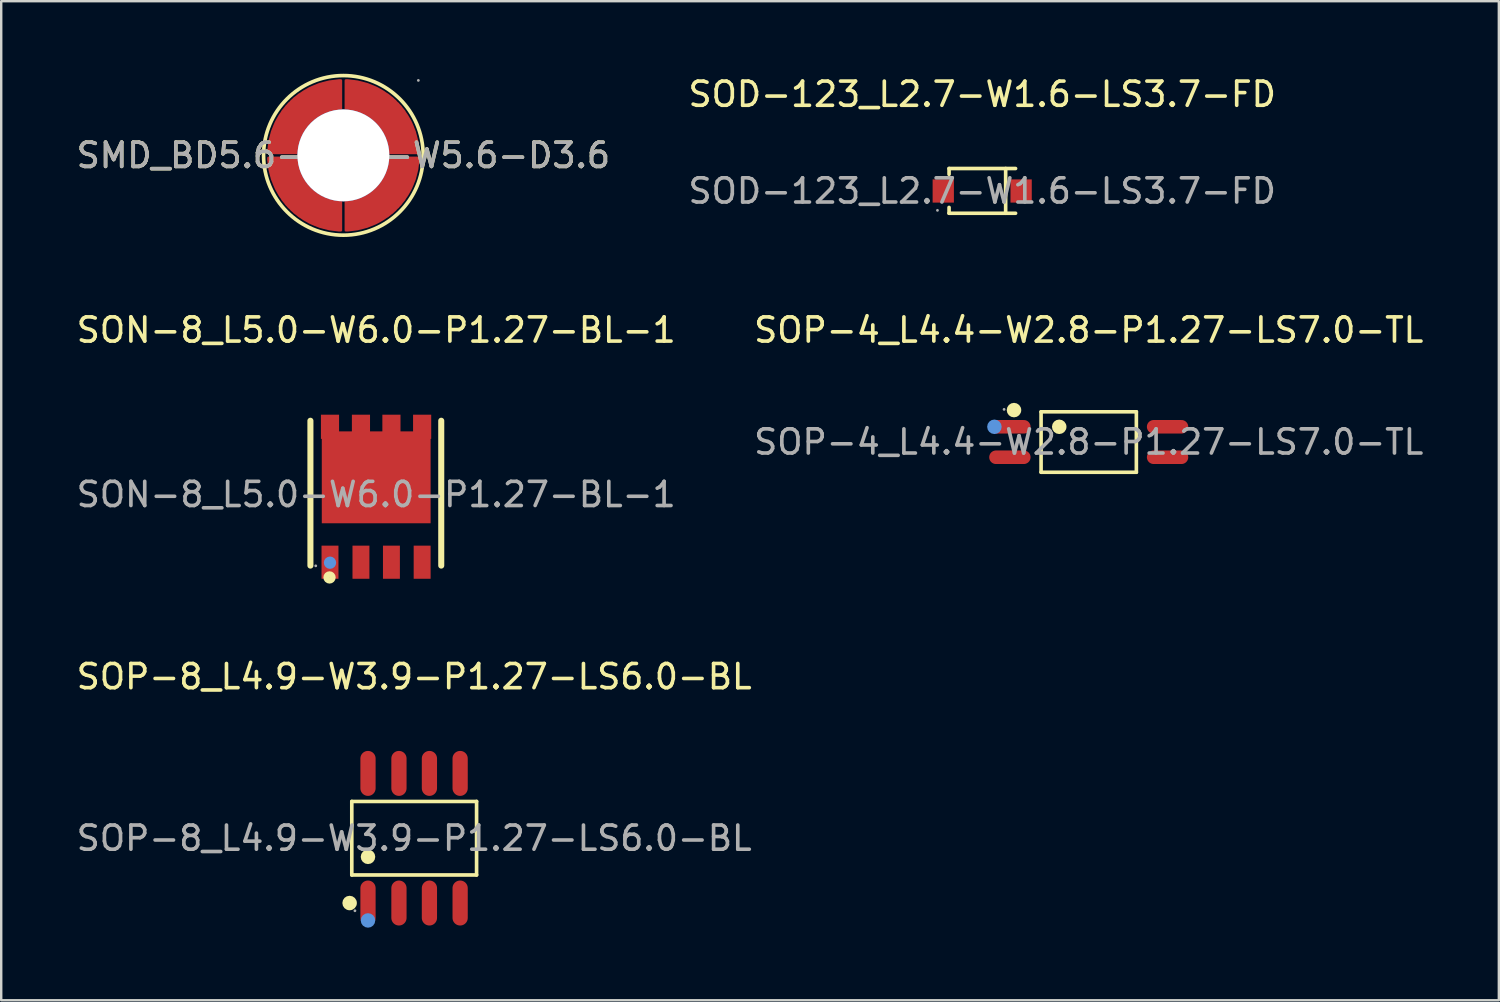
<source format=kicad_pcb>
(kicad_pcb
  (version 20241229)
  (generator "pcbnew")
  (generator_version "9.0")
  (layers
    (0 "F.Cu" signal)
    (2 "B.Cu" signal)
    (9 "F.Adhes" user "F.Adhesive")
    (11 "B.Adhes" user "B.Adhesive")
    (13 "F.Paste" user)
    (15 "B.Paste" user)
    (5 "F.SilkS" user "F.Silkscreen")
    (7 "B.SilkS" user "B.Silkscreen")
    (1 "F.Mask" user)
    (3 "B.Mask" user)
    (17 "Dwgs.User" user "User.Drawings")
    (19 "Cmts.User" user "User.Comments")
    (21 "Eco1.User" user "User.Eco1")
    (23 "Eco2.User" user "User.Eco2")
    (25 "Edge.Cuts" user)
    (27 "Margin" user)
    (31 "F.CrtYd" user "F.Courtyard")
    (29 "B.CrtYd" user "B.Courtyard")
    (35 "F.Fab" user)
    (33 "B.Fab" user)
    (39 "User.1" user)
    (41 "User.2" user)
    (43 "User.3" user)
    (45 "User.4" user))
  (footprint "SOD-123_L2.7-W1.6-LS3.7-FD"
    (layer "F.Cu")
    (at 37.565 4.848)
    (property "Reference" "SOD-123_L2.7-W1.6-LS3.7-FD" (at 0 -4 0) (layer "F.SilkS") (effects (font (size 1 1) (thickness 0.15))))
    (attr smd)
    (fp_line (start -1.37 -0.93) (end -1.37 -0.69) (stroke (width 0.15) (type solid)) (layer "F.SilkS"))
    (fp_line (start -1.37 0.92) (end -1.37 0.68) (stroke (width 0.15) (type solid)) (layer "F.SilkS"))
    (fp_line (start 0.97 0.92) (end 0.97 -0.93) (stroke (width 0.15) (type solid)) (layer "F.SilkS"))
    (fp_line (start 1.38 -0.93) (end -1.37 -0.93) (stroke (width 0.15) (type solid)) (layer "F.SilkS"))
    (fp_line (start 1.38 0.92) (end -1.37 0.92) (stroke (width 0.15) (type solid)) (layer "F.SilkS"))
    (fp_circle (center -1.85 0.8) (end -1.82 0.8) (stroke (width 0.06) (type solid)) (fill no) (layer "F.Fab"))
    (fp_text user "${REFERENCE}" (at 0 0 0) (layer "F.Fab") (effects (font (size 1 1) (thickness 0.15))))
    (pad "1" smd rect (at -1.61 0 180) (size 0.88 0.96) (layers "F.Cu" "F.Mask" "F.Paste"))
    (pad "2" smd rect (at 1.61 0 180) (size 0.88 0.96) (layers "F.Cu" "F.Mask" "F.Paste")))
  (footprint "SMD_BD5.6-L5.6-W5.6-D3.6"
    (layer "F.Cu")
    (at 11.149 3.375)
    (property "Reference" "SMD_BD5.6-L5.6-W5.6-D3.6" (at 0 0 0) (layer "F.SilkS") (effects (font (size 1 1) (thickness 0.15))))
    (attr smd)
    (fp_circle (center 0 0) (end 3.3 0) (stroke (width 0.15) (type solid)) (fill no) (layer "F.SilkS"))
    (fp_circle (center 0 0) (end 0.9 0) (stroke (width 1.8) (type solid)) (fill no) (layer "Cmts.User"))
    (fp_circle (center 3.1 -3.1) (end 3.13 -3.1) (stroke (width 0.06) (type solid)) (fill no) (layer "F.Fab"))
    (fp_text user "${REFERENCE}" (at 0 0 0) (layer "F.Fab") (effects (font (size 1 1) (thickness 0.15))))
    (pad "" thru_hole circle (at 0 0) (size 3.8 3.8) (drill 3.8) (layers "*.Cu" "*.Mask"))
    (pad "1" smd custom (at 0 0) (size 1 1) (layers "F.Cu" "F.Mask" "F.Paste") (options (anchor circle)) (primitives (gr_poly (pts (xy 3.1 -0.1) (xy 1.9 -0.1) (xy 1.9 -0.16) (xy 1.89 -0.23) (xy 1.88 -0.29) (xy 1.87 -0.35) (xy 1.86 -0.41) (xy 1.84 -0.48) (xy 1.83 -0.54) (xy 1.81 -0.6) (xy 1.79 -0.66) (xy 1.76 -0.72) (xy 1.74 -0.77) (xy 1.71 -0.83) (xy 1.68 -0.89) (xy 1.65 -0.94) (xy 1.62 -1) (xy 1.59 -1.05) (xy 1.55 -1.1) (xy 1.51 -1.16) (xy 1.47 -1.21) (xy 1.43 -1.25) (xy 1.39 -1.3) (xy 1.35 -1.35) (xy 1.3 -1.39) (xy 1.25 -1.43) (xy 1.21 -1.47) (xy 1.16 -1.51) (xy 1.1 -1.55) (xy 1.05 -1.59) (xy 1 -1.62) (xy 0.94 -1.65) (xy 0.89 -1.68) (xy 0.83 -1.71) (xy 0.77 -1.74) (xy 0.72 -1.76) (xy 0.66 -1.79) (xy 0.6 -1.81) (xy 0.54 -1.83) (xy 0.48 -1.84) (xy 0.41 -1.86) (xy 0.35 -1.87) (xy 0.29 -1.88) (xy 0.23 -1.89) (xy 0.16 -1.9) (xy 0.1 -1.9) (xy 0.1 -3.1) (xy 0.18 -3.1) (xy 0.26 -3.09) (xy 0.34 -3.08) (xy 0.42 -3.07) (xy 0.5 -3.06) (xy 0.58 -3.05) (xy 0.66 -3.03) (xy 0.74 -3.01) (xy 0.82 -2.99) (xy 0.89 -2.97) (xy 0.97 -2.95) (xy 1.05 -2.92) (xy 1.12 -2.89) (xy 1.2 -2.86) (xy 1.27 -2.83) (xy 1.34 -2.8) (xy 1.42 -2.76) (xy 1.49 -2.72) (xy 1.56 -2.68) (xy 1.63 -2.64) (xy 1.69 -2.6) (xy 1.76 -2.55) (xy 1.83 -2.51) (xy 1.89 -2.46) (xy 1.95 -2.41) (xy 2.02 -2.36) (xy 2.08 -2.3) (xy 2.14 -2.25) (xy 2.19 -2.19) (xy 2.25 -2.14) (xy 2.3 -2.08) (xy 2.36 -2.02) (xy 2.41 -1.95) (xy 2.46 -1.89) (xy 2.51 -1.83) (xy 2.55 -1.76) (xy 2.6 -1.69) (xy 2.64 -1.63) (xy 2.68 -1.56) (xy 2.72 -1.49) (xy 2.76 -1.42) (xy 2.8 -1.34) (xy 2.83 -1.27) (xy 2.86 -1.2) (xy 2.89 -1.12) (xy 2.92 -1.05) (xy 2.95 -0.97) (xy 2.97 -0.89) (xy 2.99 -0.82) (xy 3.01 -0.74) (xy 3.03 -0.66) (xy 3.05 -0.58) (xy 3.06 -0.5) (xy 3.07 -0.42) (xy 3.08 -0.34) (xy 3.09 -0.26) (xy 3.1 -0.18) (xy 3.1 -0.1)) (width 0.1) (fill yes))))
    (pad "1" smd custom (at 0 0) (size 1 1) (layers "F.Cu" "F.Mask" "F.Paste") (options (anchor circle)) (primitives (gr_poly (pts (xy 0.1 3.1) (xy 0.1 1.9) (xy 0.16 1.9) (xy 0.23 1.89) (xy 0.29 1.88) (xy 0.35 1.87) (xy 0.41 1.86) (xy 0.48 1.84) (xy 0.54 1.83) (xy 0.6 1.81) (xy 0.66 1.79) (xy 0.72 1.76) (xy 0.77 1.74) (xy 0.83 1.71) (xy 0.89 1.68) (xy 0.94 1.65) (xy 1 1.62) (xy 1.05 1.59) (xy 1.1 1.55) (xy 1.16 1.51) (xy 1.21 1.47) (xy 1.25 1.43) (xy 1.3 1.39) (xy 1.35 1.35) (xy 1.39 1.3) (xy 1.43 1.25) (xy 1.47 1.21) (xy 1.51 1.16) (xy 1.55 1.1) (xy 1.59 1.05) (xy 1.62 1) (xy 1.65 0.94) (xy 1.68 0.89) (xy 1.71 0.83) (xy 1.74 0.77) (xy 1.76 0.72) (xy 1.79 0.66) (xy 1.81 0.6) (xy 1.83 0.54) (xy 1.84 0.48) (xy 1.86 0.41) (xy 1.87 0.35) (xy 1.88 0.29) (xy 1.89 0.23) (xy 1.9 0.16) (xy 1.9 0.1) (xy 3.1 0.1) (xy 3.1 0.18) (xy 3.09 0.26) (xy 3.08 0.34) (xy 3.07 0.42) (xy 3.06 0.5) (xy 3.05 0.58) (xy 3.03 0.66) (xy 3.01 0.74) (xy 2.99 0.82) (xy 2.97 0.89) (xy 2.95 0.97) (xy 2.92 1.05) (xy 2.89 1.12) (xy 2.86 1.2) (xy 2.83 1.27) (xy 2.8 1.34) (xy 2.76 1.42) (xy 2.72 1.49) (xy 2.68 1.56) (xy 2.64 1.63) (xy 2.6 1.69) (xy 2.55 1.76) (xy 2.51 1.83) (xy 2.46 1.89) (xy 2.41 1.95) (xy 2.36 2.02) (xy 2.3 2.08) (xy 2.25 2.14) (xy 2.19 2.19) (xy 2.14 2.25) (xy 2.08 2.3) (xy 2.02 2.36) (xy 1.95 2.41) (xy 1.89 2.46) (xy 1.83 2.51) (xy 1.76 2.55) (xy 1.69 2.6) (xy 1.63 2.64) (xy 1.56 2.68) (xy 1.49 2.72) (xy 1.42 2.76) (xy 1.34 2.8) (xy 1.27 2.83) (xy 1.2 2.86) (xy 1.12 2.89) (xy 1.05 2.92) (xy 0.97 2.95) (xy 0.89 2.97) (xy 0.82 2.99) (xy 0.74 3.01) (xy 0.66 3.03) (xy 0.58 3.05) (xy 0.5 3.06) (xy 0.42 3.07) (xy 0.34 3.08) (xy 0.26 3.09) (xy 0.18 3.1) (xy 0.1 3.1)) (width 0.1) (fill yes))))
    (pad "1" smd custom (at 0 0 270) (size 1 1) (layers "F.Cu" "F.Mask" "F.Paste") (options (anchor circle)) (primitives (gr_poly (pts (xy -3.1 0.1) (xy -1.9 0.1) (xy -1.9 0.16) (xy -1.89 0.23) (xy -1.88 0.29) (xy -1.87 0.35) (xy -1.86 0.41) (xy -1.84 0.48) (xy -1.83 0.54) (xy -1.81 0.6) (xy -1.79 0.66) (xy -1.76 0.72) (xy -1.74 0.77) (xy -1.71 0.83) (xy -1.68 0.89) (xy -1.65 0.94) (xy -1.62 1) (xy -1.59 1.05) (xy -1.55 1.1) (xy -1.51 1.16) (xy -1.47 1.21) (xy -1.43 1.25) (xy -1.39 1.3) (xy -1.35 1.35) (xy -1.3 1.39) (xy -1.25 1.43) (xy -1.21 1.47) (xy -1.16 1.51) (xy -1.1 1.55) (xy -1.05 1.59) (xy -1 1.62) (xy -0.94 1.65) (xy -0.89 1.68) (xy -0.83 1.71) (xy -0.77 1.74) (xy -0.72 1.76) (xy -0.66 1.79) (xy -0.6 1.81) (xy -0.54 1.83) (xy -0.48 1.84) (xy -0.41 1.86) (xy -0.35 1.87) (xy -0.29 1.88) (xy -0.23 1.89) (xy -0.16 1.9) (xy -0.1 1.9) (xy -0.1 3.1) (xy -0.18 3.1) (xy -0.26 3.09) (xy -0.34 3.08) (xy -0.42 3.07) (xy -0.5 3.06) (xy -0.58 3.05) (xy -0.66 3.03) (xy -0.74 3.01) (xy -0.82 2.99) (xy -0.89 2.97) (xy -0.97 2.95) (xy -1.05 2.92) (xy -1.12 2.89) (xy -1.2 2.86) (xy -1.27 2.83) (xy -1.34 2.8) (xy -1.42 2.76) (xy -1.49 2.72) (xy -1.56 2.68) (xy -1.63 2.64) (xy -1.69 2.6) (xy -1.76 2.55) (xy -1.83 2.51) (xy -1.89 2.46) (xy -1.95 2.41) (xy -2.02 2.36) (xy -2.08 2.3) (xy -2.14 2.25) (xy -2.19 2.19) (xy -2.25 2.14) (xy -2.3 2.08) (xy -2.36 2.02) (xy -2.41 1.95) (xy -2.46 1.89) (xy -2.51 1.83) (xy -2.55 1.76) (xy -2.6 1.69) (xy -2.64 1.63) (xy -2.68 1.56) (xy -2.72 1.49) (xy -2.76 1.42) (xy -2.8 1.34) (xy -2.83 1.27) (xy -2.86 1.2) (xy -2.89 1.12) (xy -2.92 1.05) (xy -2.95 0.97) (xy -2.97 0.89) (xy -2.99 0.82) (xy -3.01 0.74) (xy -3.03 0.66) (xy -3.05 0.58) (xy -3.06 0.5) (xy -3.07 0.42) (xy -3.08 0.34) (xy -3.09 0.26) (xy -3.1 0.18) (xy -3.1 0.1)) (width 0.1) (fill yes))))
    (pad "1" smd custom (at 0 0 90) (size 1 1) (layers "F.Cu" "F.Mask" "F.Paste") (options (anchor circle)) (primitives (gr_poly (pts (xy -0.1 -3.1) (xy -0.1 -1.9) (xy -0.16 -1.9) (xy -0.23 -1.89) (xy -0.29 -1.88) (xy -0.35 -1.87) (xy -0.41 -1.86) (xy -0.48 -1.84) (xy -0.54 -1.83) (xy -0.6 -1.81) (xy -0.66 -1.79) (xy -0.72 -1.76) (xy -0.77 -1.74) (xy -0.83 -1.71) (xy -0.89 -1.68) (xy -0.94 -1.65) (xy -1 -1.62) (xy -1.05 -1.59) (xy -1.1 -1.55) (xy -1.16 -1.51) (xy -1.21 -1.47) (xy -1.25 -1.43) (xy -1.3 -1.39) (xy -1.35 -1.35) (xy -1.39 -1.3) (xy -1.43 -1.25) (xy -1.47 -1.21) (xy -1.51 -1.16) (xy -1.55 -1.1) (xy -1.59 -1.05) (xy -1.62 -1) (xy -1.65 -0.94) (xy -1.68 -0.89) (xy -1.71 -0.83) (xy -1.74 -0.77) (xy -1.76 -0.72) (xy -1.79 -0.66) (xy -1.81 -0.6) (xy -1.83 -0.54) (xy -1.84 -0.48) (xy -1.86 -0.41) (xy -1.87 -0.35) (xy -1.88 -0.29) (xy -1.89 -0.23) (xy -1.9 -0.16) (xy -1.9 -0.1) (xy -3.1 -0.1) (xy -3.1 -0.18) (xy -3.09 -0.26) (xy -3.08 -0.34) (xy -3.07 -0.42) (xy -3.06 -0.5) (xy -3.05 -0.58) (xy -3.03 -0.66) (xy -3.01 -0.74) (xy -2.99 -0.82) (xy -2.97 -0.89) (xy -2.95 -0.97) (xy -2.92 -1.05) (xy -2.89 -1.12) (xy -2.86 -1.2) (xy -2.83 -1.27) (xy -2.8 -1.34) (xy -2.76 -1.42) (xy -2.72 -1.49) (xy -2.68 -1.56) (xy -2.64 -1.63) (xy -2.6 -1.69) (xy -2.55 -1.76) (xy -2.51 -1.83) (xy -2.46 -1.89) (xy -2.41 -1.95) (xy -2.36 -2.02) (xy -2.3 -2.08) (xy -2.25 -2.14) (xy -2.19 -2.19) (xy -2.14 -2.25) (xy -2.08 -2.3) (xy -2.02 -2.36) (xy -1.95 -2.41) (xy -1.89 -2.46) (xy -1.83 -2.51) (xy -1.76 -2.55) (xy -1.69 -2.6) (xy -1.63 -2.64) (xy -1.56 -2.68) (xy -1.49 -2.72) (xy -1.42 -2.76) (xy -1.34 -2.8) (xy -1.27 -2.83) (xy -1.2 -2.86) (xy -1.12 -2.89) (xy -1.05 -2.92) (xy -0.97 -2.95) (xy -0.89 -2.97) (xy -0.82 -2.99) (xy -0.74 -3.01) (xy -0.66 -3.03) (xy -0.58 -3.05) (xy -0.5 -3.06) (xy -0.42 -3.07) (xy -0.34 -3.08) (xy -0.26 -3.09) (xy -0.18 -3.1) (xy -0.1 -3.1)) (width 0.1) (fill yes)))))
  (footprint "SOP-4_L4.4-W2.8-P1.27-LS7.0-TL"
    (layer "F.Cu")
    (at 41.97 15.228)
    (property "Reference" "SOP-4_L4.4-W2.8-P1.27-LS7.0-TL" (at 0 -4.63 0) (layer "F.SilkS") (effects (font (size 1 1) (thickness 0.15))))
    (attr smd)
    (fp_line (start -1.97 -1.25) (end 1.97 -1.25) (stroke (width 0.15) (type solid)) (layer "F.SilkS"))
    (fp_line (start -1.97 1.25) (end -1.97 -1.25) (stroke (width 0.15) (type solid)) (layer "F.SilkS"))
    (fp_line (start 1.97 -1.25) (end 1.97 1.25) (stroke (width 0.15) (type solid)) (layer "F.SilkS"))
    (fp_line (start 1.97 1.25) (end -1.97 1.25) (stroke (width 0.15) (type solid)) (layer "F.SilkS"))
    (fp_circle (center -3.09 -1.32) (end -2.94 -1.32) (stroke (width 0.3) (type solid)) (fill no) (layer "F.SilkS"))
    (fp_circle (center -1.22 -0.63) (end -1.07 -0.63) (stroke (width 0.3) (type solid)) (fill no) (layer "F.SilkS"))
    (fp_circle (center -3.9 -0.63) (end -3.75 -0.63) (stroke (width 0.3) (type solid)) (fill no) (layer "Cmts.User"))
    (fp_circle (center -3.5 -1.35) (end -3.47 -1.35) (stroke (width 0.06) (type solid)) (fill no) (layer "F.Fab"))
    (fp_text user "${REFERENCE}" (at 0 0 0) (layer "F.Fab") (effects (font (size 1 1) (thickness 0.15))))
    (pad "1" smd oval (at -3.26 -0.63 270) (size 0.56 1.71) (layers "F.Cu" "F.Mask" "F.Paste"))
    (pad "2" smd oval (at -3.26 0.63 270) (size 0.56 1.71) (layers "F.Cu" "F.Mask" "F.Paste"))
    (pad "3" smd oval (at 3.26 0.63 270) (size 0.56 1.71) (layers "F.Cu" "F.Mask" "F.Paste"))
    (pad "4" smd oval (at 3.26 -0.63 270) (size 0.56 1.71) (layers "F.Cu" "F.Mask" "F.Paste")))
  (footprint "SOP-8_L4.9-W3.9-P1.27-LS6.0-BL"
    (layer "F.Cu")
    (at 14.077 31.611)
    (property "Reference" "SOP-8_L4.9-W3.9-P1.27-LS6.0-BL" (at 0 -6.68 0) (layer "F.SilkS") (effects (font (size 1 1) (thickness 0.15))))
    (attr smd)
    (fp_line (start -2.58 -1.52) (end 2.58 -1.52) (stroke (width 0.15) (type solid)) (layer "F.SilkS"))
    (fp_line (start -2.58 1.52) (end -2.58 -1.52) (stroke (width 0.15) (type solid)) (layer "F.SilkS"))
    (fp_line (start 2.58 -1.52) (end 2.58 1.52) (stroke (width 0.15) (type solid)) (layer "F.SilkS"))
    (fp_line (start 2.58 1.52) (end -2.58 1.52) (stroke (width 0.15) (type solid)) (layer "F.SilkS"))
    (fp_circle (center -2.67 2.68) (end -2.52 2.68) (stroke (width 0.3) (type solid)) (fill no) (layer "F.SilkS"))
    (fp_circle (center -1.91 0.77) (end -1.76 0.77) (stroke (width 0.3) (type solid)) (fill no) (layer "F.SilkS"))
    (fp_circle (center -1.91 3.4) (end -1.76 3.4) (stroke (width 0.3) (type solid)) (fill no) (layer "Cmts.User"))
    (fp_circle (center -2.45 3) (end -2.42 3) (stroke (width 0.06) (type solid)) (fill no) (layer "F.Fab"))
    (fp_text user "${REFERENCE}" (at 0 0 0) (layer "F.Fab") (effects (font (size 1 1) (thickness 0.15))))
    (pad "1" smd oval (at -1.91 2.68) (size 0.63 1.86) (layers "F.Cu" "F.Mask" "F.Paste"))
    (pad "2" smd oval (at -0.63 2.68) (size 0.63 1.86) (layers "F.Cu" "F.Mask" "F.Paste"))
    (pad "3" smd oval (at 0.63 2.68) (size 0.63 1.86) (layers "F.Cu" "F.Mask" "F.Paste"))
    (pad "4" smd oval (at 1.9 2.68) (size 0.63 1.86) (layers "F.Cu" "F.Mask" "F.Paste"))
    (pad "5" smd oval (at 1.9 -2.68) (size 0.63 1.86) (layers "F.Cu" "F.Mask" "F.Paste"))
    (pad "6" smd oval (at 0.63 -2.68) (size 0.63 1.86) (layers "F.Cu" "F.Mask" "F.Paste"))
    (pad "7" smd oval (at -0.63 -2.68) (size 0.63 1.86) (layers "F.Cu" "F.Mask" "F.Paste"))
    (pad "8" smd oval (at -1.91 -2.68) (size 0.63 1.86) (layers "F.Cu" "F.Mask" "F.Paste")))
  (footprint "SON-8_L5.0-W6.0-P1.27-BL-1"
    (layer "F.Cu")
    (at 12.506 17.398)
    (property "Reference" "SON-8_L5.0-W6.0-P1.27-BL-1" (at 0 -6.8 0) (layer "F.SilkS") (effects (font (size 1 1) (thickness 0.15))))
    (attr smd)
    (fp_line (start -2.72 2.94) (end -2.72 -3.05) (stroke (width 0.25) (type solid)) (layer "F.SilkS"))
    (fp_line (start 2.69 -3.05) (end 2.69 2.94) (stroke (width 0.25) (type solid)) (layer "F.SilkS"))
    (fp_circle (center -1.93 3.43) (end -1.8 3.43) (stroke (width 0.25) (type solid)) (fill no) (layer "F.SilkS"))
    (fp_circle (center -1.91 2.82) (end -1.78 2.82) (stroke (width 0.25) (type solid)) (fill no) (layer "Cmts.User"))
    (fp_circle (center -2.5 2.95) (end -2.47 2.95) (stroke (width 0.06) (type solid)) (fill no) (layer "F.Fab"))
    (fp_text user "${REFERENCE}" (at 0 0 0) (layer "F.Fab") (effects (font (size 1 1) (thickness 0.15))))
    (pad "1" smd rect (at -1.91 2.8 90) (size 1.37 0.7) (layers "F.Cu" "F.Mask" "F.Paste"))
    (pad "2" smd rect (at -0.63 2.8 90) (size 1.37 0.7) (layers "F.Cu" "F.Mask" "F.Paste"))
    (pad "3" smd rect (at 0.63 2.8 90) (size 1.37 0.7) (layers "F.Cu" "F.Mask" "F.Paste"))
    (pad "4" smd rect (at 1.9 2.8 90) (size 1.37 0.7) (layers "F.Cu" "F.Mask" "F.Paste"))
    (pad "5" smd rect (at 1.9 -2.8 270) (size 1 0.75) (layers "F.Cu" "F.Mask" "F.Paste"))
    (pad "6" smd rect (at 0.63 -2.8 270) (size 1 0.75) (layers "F.Cu" "F.Mask" "F.Paste"))
    (pad "7" smd rect (at -0.63 -2.8 270) (size 1 0.75) (layers "F.Cu" "F.Mask" "F.Paste"))
    (pad "8" smd rect (at -1.91 -2.8 270) (size 1 0.75) (layers "F.Cu" "F.Mask" "F.Paste"))
    (pad "9" smd rect (at 0 -0.71 270) (size 3.8 4.5) (layers "F.Cu" "F.Mask" "F.Paste")))
  (gr_rect
    (start -3 -3)
    (end 58.929 38.312)
    (stroke (width 0.1) (type default))
    (fill no)
    (layer "Edge.Cuts")))
</source>
